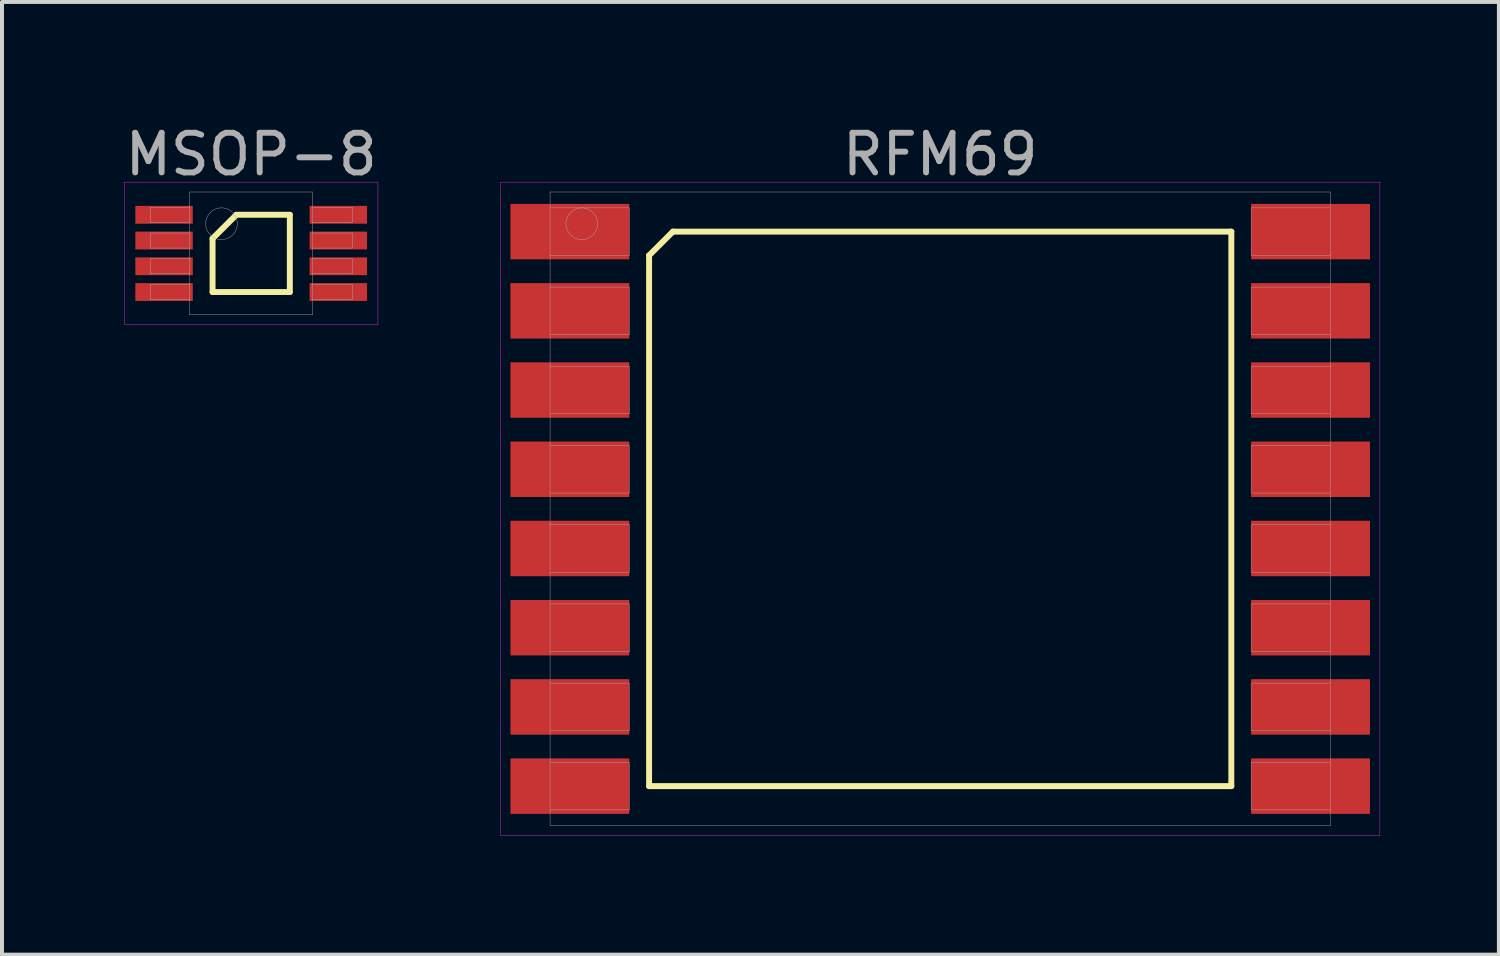
<source format=kicad_pcb>
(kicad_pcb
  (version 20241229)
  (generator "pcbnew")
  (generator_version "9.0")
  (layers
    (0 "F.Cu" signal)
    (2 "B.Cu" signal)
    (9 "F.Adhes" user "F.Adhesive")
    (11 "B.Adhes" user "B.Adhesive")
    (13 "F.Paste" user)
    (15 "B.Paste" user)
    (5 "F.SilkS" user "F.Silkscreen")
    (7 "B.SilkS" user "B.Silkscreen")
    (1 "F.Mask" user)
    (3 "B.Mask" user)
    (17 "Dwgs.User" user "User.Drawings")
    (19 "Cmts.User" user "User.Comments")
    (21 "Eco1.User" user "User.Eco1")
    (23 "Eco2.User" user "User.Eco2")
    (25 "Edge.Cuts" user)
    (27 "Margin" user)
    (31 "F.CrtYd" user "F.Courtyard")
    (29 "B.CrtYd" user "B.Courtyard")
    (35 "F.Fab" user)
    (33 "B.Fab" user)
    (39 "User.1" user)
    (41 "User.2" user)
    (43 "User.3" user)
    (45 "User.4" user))
  (footprint "MSOP-8"
    (layer "F.Cu")
    (at 3.292 3.348)
    (property "Reference" "MSOP-8" (at 0 -2.5 0) (layer "F.Fab") (effects (font (size 1 1) (thickness 0.15))))
    (attr through_hole)
    (fp_line (start -0.975 -0.375) (end -0.375 -0.975) (stroke (width 0.15) (type solid)) (layer "F.SilkS"))
    (fp_line (start -0.975 0.975) (end -0.975 -0.375) (stroke (width 0.15) (type solid)) (layer "F.SilkS"))
    (fp_line (start -0.375 -0.975) (end 0.975 -0.975) (stroke (width 0.15) (type solid)) (layer "F.SilkS"))
    (fp_line (start 0.975 -0.975) (end 0.975 0.975) (stroke (width 0.15) (type solid)) (layer "F.SilkS"))
    (fp_line (start 0.975 0.975) (end -0.975 0.975) (stroke (width 0.15) (type solid)) (layer "F.SilkS"))
    (fp_line (start -3.2 -1.8) (end 3.2 -1.8) (stroke (width 0.01) (type solid)) (layer "F.CrtYd"))
    (fp_line (start -3.2 1.8) (end -3.2 -1.8) (stroke (width 0.01) (type solid)) (layer "F.CrtYd"))
    (fp_line (start 3.2 -1.8) (end 3.2 1.8) (stroke (width 0.01) (type solid)) (layer "F.CrtYd"))
    (fp_line (start 3.2 1.8) (end -3.2 1.8) (stroke (width 0.01) (type solid)) (layer "F.CrtYd"))
    (fp_line (start -2.55 -1.165) (end -1.55 -1.165) (stroke (width 0.01) (type solid)) (layer "F.Fab"))
    (fp_line (start -2.55 -0.785) (end -2.55 -1.165) (stroke (width 0.01) (type solid)) (layer "F.Fab"))
    (fp_line (start -2.55 -0.515) (end -1.55 -0.515) (stroke (width 0.01) (type solid)) (layer "F.Fab"))
    (fp_line (start -2.55 -0.135) (end -2.55 -0.515) (stroke (width 0.01) (type solid)) (layer "F.Fab"))
    (fp_line (start -2.55 0.135) (end -1.55 0.135) (stroke (width 0.01) (type solid)) (layer "F.Fab"))
    (fp_line (start -2.55 0.515) (end -2.55 0.135) (stroke (width 0.01) (type solid)) (layer "F.Fab"))
    (fp_line (start -2.55 0.785) (end -1.55 0.785) (stroke (width 0.01) (type solid)) (layer "F.Fab"))
    (fp_line (start -2.55 1.165) (end -2.55 0.785) (stroke (width 0.01) (type solid)) (layer "F.Fab"))
    (fp_line (start -1.55 -1.55) (end 1.55 -1.55) (stroke (width 0.01) (type solid)) (layer "F.Fab"))
    (fp_line (start -1.55 -0.785) (end -2.55 -0.785) (stroke (width 0.01) (type solid)) (layer "F.Fab"))
    (fp_line (start -1.55 -0.135) (end -2.55 -0.135) (stroke (width 0.01) (type solid)) (layer "F.Fab"))
    (fp_line (start -1.55 0.515) (end -2.55 0.515) (stroke (width 0.01) (type solid)) (layer "F.Fab"))
    (fp_line (start -1.55 1.165) (end -2.55 1.165) (stroke (width 0.01) (type solid)) (layer "F.Fab"))
    (fp_line (start -1.55 1.55) (end -1.55 -1.55) (stroke (width 0.01) (type solid)) (layer "F.Fab"))
    (fp_line (start 1.55 -1.55) (end 1.55 1.55) (stroke (width 0.01) (type solid)) (layer "F.Fab"))
    (fp_line (start 1.55 -1.165) (end 2.55 -1.165) (stroke (width 0.01) (type solid)) (layer "F.Fab"))
    (fp_line (start 1.55 -0.515) (end 2.55 -0.515) (stroke (width 0.01) (type solid)) (layer "F.Fab"))
    (fp_line (start 1.55 0.135) (end 2.55 0.135) (stroke (width 0.01) (type solid)) (layer "F.Fab"))
    (fp_line (start 1.55 0.785) (end 2.55 0.785) (stroke (width 0.01) (type solid)) (layer "F.Fab"))
    (fp_line (start 1.55 1.55) (end -1.55 1.55) (stroke (width 0.01) (type solid)) (layer "F.Fab"))
    (fp_line (start 2.55 -1.165) (end 2.55 -0.785) (stroke (width 0.01) (type solid)) (layer "F.Fab"))
    (fp_line (start 2.55 -0.785) (end 1.55 -0.785) (stroke (width 0.01) (type solid)) (layer "F.Fab"))
    (fp_line (start 2.55 -0.515) (end 2.55 -0.135) (stroke (width 0.01) (type solid)) (layer "F.Fab"))
    (fp_line (start 2.55 -0.135) (end 1.55 -0.135) (stroke (width 0.01) (type solid)) (layer "F.Fab"))
    (fp_line (start 2.55 0.135) (end 2.55 0.515) (stroke (width 0.01) (type solid)) (layer "F.Fab"))
    (fp_line (start 2.55 0.515) (end 1.55 0.515) (stroke (width 0.01) (type solid)) (layer "F.Fab"))
    (fp_line (start 2.55 0.785) (end 2.55 1.165) (stroke (width 0.01) (type solid)) (layer "F.Fab"))
    (fp_line (start 2.55 1.165) (end 1.55 1.165) (stroke (width 0.01) (type solid)) (layer "F.Fab"))
    (fp_circle (center -0.75 -0.75) (end -0.75 -0.35) (stroke (width 0.01) (type solid)) (fill no) (layer "F.Fab"))
    (pad "1" smd rect (at -2.2 -0.975) (size 1.45 0.45) (layers "F.Cu" "F.Mask" "F.Paste"))
    (pad "2" smd rect (at -2.2 -0.325) (size 1.45 0.45) (layers "F.Cu" "F.Mask" "F.Paste"))
    (pad "3" smd rect (at -2.2 0.325) (size 1.45 0.45) (layers "F.Cu" "F.Mask" "F.Paste"))
    (pad "4" smd rect (at -2.2 0.975) (size 1.45 0.45) (layers "F.Cu" "F.Mask" "F.Paste"))
    (pad "5" smd rect (at 2.2 0.975) (size 1.45 0.45) (layers "F.Cu" "F.Mask" "F.Paste"))
    (pad "6" smd rect (at 2.2 0.325) (size 1.45 0.45) (layers "F.Cu" "F.Mask" "F.Paste"))
    (pad "7" smd rect (at 2.2 -0.325) (size 1.45 0.45) (layers "F.Cu" "F.Mask" "F.Paste"))
    (pad "8" smd rect (at 2.2 -0.975) (size 1.45 0.45) (layers "F.Cu" "F.Mask" "F.Paste")))
  (footprint "RFM69"
    (layer "F.Cu")
    (at 20.688 9.798)
    (property "Reference" "RFM69" (at 0 -8.95 0) (layer "F.Fab") (effects (font (size 1 1) (thickness 0.15))))
    (attr through_hole)
    (fp_line (start -7.35 -6.4) (end -6.75 -7) (stroke (width 0.15) (type solid)) (layer "F.SilkS"))
    (fp_line (start -7.35 7) (end -7.35 -6.4) (stroke (width 0.15) (type solid)) (layer "F.SilkS"))
    (fp_line (start -6.75 -7) (end 7.35 -7) (stroke (width 0.15) (type solid)) (layer "F.SilkS"))
    (fp_line (start 7.35 -7) (end 7.35 7) (stroke (width 0.15) (type solid)) (layer "F.SilkS"))
    (fp_line (start 7.35 7) (end -7.35 7) (stroke (width 0.15) (type solid)) (layer "F.SilkS"))
    (fp_line (start -11.1 -8.25) (end 11.1 -8.25) (stroke (width 0.01) (type solid)) (layer "F.CrtYd"))
    (fp_line (start -11.1 8.25) (end -11.1 -8.25) (stroke (width 0.01) (type solid)) (layer "F.CrtYd"))
    (fp_line (start 11.1 -8.25) (end 11.1 8.25) (stroke (width 0.01) (type solid)) (layer "F.CrtYd"))
    (fp_line (start 11.1 8.25) (end -11.1 8.25) (stroke (width 0.01) (type solid)) (layer "F.CrtYd"))
    (fp_line (start -9.85 -8) (end 9.85 -8) (stroke (width 0.01) (type solid)) (layer "F.Fab"))
    (fp_line (start -9.85 -6.4) (end -7.85 -6.4) (stroke (width 0.01) (type solid)) (layer "F.Fab"))
    (fp_line (start -9.85 -4.4) (end -7.85 -4.4) (stroke (width 0.01) (type solid)) (layer "F.Fab"))
    (fp_line (start -9.85 -2.4) (end -7.85 -2.4) (stroke (width 0.01) (type solid)) (layer "F.Fab"))
    (fp_line (start -9.85 -0.4) (end -7.85 -0.4) (stroke (width 0.01) (type solid)) (layer "F.Fab"))
    (fp_line (start -9.85 1.6) (end -7.85 1.6) (stroke (width 0.01) (type solid)) (layer "F.Fab"))
    (fp_line (start -9.85 3.6) (end -7.85 3.6) (stroke (width 0.01) (type solid)) (layer "F.Fab"))
    (fp_line (start -9.85 5.6) (end -7.85 5.6) (stroke (width 0.01) (type solid)) (layer "F.Fab"))
    (fp_line (start -9.85 7.6) (end -7.85 7.6) (stroke (width 0.01) (type solid)) (layer "F.Fab"))
    (fp_line (start -9.85 8) (end -9.85 -8) (stroke (width 0.01) (type solid)) (layer "F.Fab"))
    (fp_line (start -7.85 -7.6) (end -9.85 -7.6) (stroke (width 0.01) (type solid)) (layer "F.Fab"))
    (fp_line (start -7.85 -6.4) (end -7.85 -7.6) (stroke (width 0.01) (type solid)) (layer "F.Fab"))
    (fp_line (start -7.85 -5.6) (end -9.85 -5.6) (stroke (width 0.01) (type solid)) (layer "F.Fab"))
    (fp_line (start -7.85 -4.4) (end -7.85 -5.6) (stroke (width 0.01) (type solid)) (layer "F.Fab"))
    (fp_line (start -7.85 -3.6) (end -9.85 -3.6) (stroke (width 0.01) (type solid)) (layer "F.Fab"))
    (fp_line (start -7.85 -2.4) (end -7.85 -3.6) (stroke (width 0.01) (type solid)) (layer "F.Fab"))
    (fp_line (start -7.85 -1.6) (end -9.85 -1.6) (stroke (width 0.01) (type solid)) (layer "F.Fab"))
    (fp_line (start -7.85 -0.4) (end -7.85 -1.6) (stroke (width 0.01) (type solid)) (layer "F.Fab"))
    (fp_line (start -7.85 0.4) (end -9.85 0.4) (stroke (width 0.01) (type solid)) (layer "F.Fab"))
    (fp_line (start -7.85 1.6) (end -7.85 0.4) (stroke (width 0.01) (type solid)) (layer "F.Fab"))
    (fp_line (start -7.85 2.4) (end -9.85 2.4) (stroke (width 0.01) (type solid)) (layer "F.Fab"))
    (fp_line (start -7.85 3.6) (end -7.85 2.4) (stroke (width 0.01) (type solid)) (layer "F.Fab"))
    (fp_line (start -7.85 4.4) (end -9.85 4.4) (stroke (width 0.01) (type solid)) (layer "F.Fab"))
    (fp_line (start -7.85 5.6) (end -7.85 4.4) (stroke (width 0.01) (type solid)) (layer "F.Fab"))
    (fp_line (start -7.85 6.4) (end -9.85 6.4) (stroke (width 0.01) (type solid)) (layer "F.Fab"))
    (fp_line (start -7.85 7.6) (end -7.85 6.4) (stroke (width 0.01) (type solid)) (layer "F.Fab"))
    (fp_line (start 7.85 -7.6) (end 7.85 -6.4) (stroke (width 0.01) (type solid)) (layer "F.Fab"))
    (fp_line (start 7.85 -6.4) (end 9.85 -6.4) (stroke (width 0.01) (type solid)) (layer "F.Fab"))
    (fp_line (start 7.85 -5.6) (end 7.85 -4.4) (stroke (width 0.01) (type solid)) (layer "F.Fab"))
    (fp_line (start 7.85 -4.4) (end 9.85 -4.4) (stroke (width 0.01) (type solid)) (layer "F.Fab"))
    (fp_line (start 7.85 -3.6) (end 7.85 -2.4) (stroke (width 0.01) (type solid)) (layer "F.Fab"))
    (fp_line (start 7.85 -2.4) (end 9.85 -2.4) (stroke (width 0.01) (type solid)) (layer "F.Fab"))
    (fp_line (start 7.85 -1.6) (end 7.85 -0.4) (stroke (width 0.01) (type solid)) (layer "F.Fab"))
    (fp_line (start 7.85 -0.4) (end 9.85 -0.4) (stroke (width 0.01) (type solid)) (layer "F.Fab"))
    (fp_line (start 7.85 0.4) (end 7.85 1.6) (stroke (width 0.01) (type solid)) (layer "F.Fab"))
    (fp_line (start 7.85 1.6) (end 9.85 1.6) (stroke (width 0.01) (type solid)) (layer "F.Fab"))
    (fp_line (start 7.85 2.4) (end 7.85 3.6) (stroke (width 0.01) (type solid)) (layer "F.Fab"))
    (fp_line (start 7.85 3.6) (end 9.85 3.6) (stroke (width 0.01) (type solid)) (layer "F.Fab"))
    (fp_line (start 7.85 4.4) (end 7.85 5.6) (stroke (width 0.01) (type solid)) (layer "F.Fab"))
    (fp_line (start 7.85 5.6) (end 9.85 5.6) (stroke (width 0.01) (type solid)) (layer "F.Fab"))
    (fp_line (start 7.85 6.4) (end 7.85 7.6) (stroke (width 0.01) (type solid)) (layer "F.Fab"))
    (fp_line (start 7.85 7.6) (end 9.85 7.6) (stroke (width 0.01) (type solid)) (layer "F.Fab"))
    (fp_line (start 9.85 -8) (end 9.85 8) (stroke (width 0.01) (type solid)) (layer "F.Fab"))
    (fp_line (start 9.85 -7.6) (end 7.85 -7.6) (stroke (width 0.01) (type solid)) (layer "F.Fab"))
    (fp_line (start 9.85 -5.6) (end 7.85 -5.6) (stroke (width 0.01) (type solid)) (layer "F.Fab"))
    (fp_line (start 9.85 -3.6) (end 7.85 -3.6) (stroke (width 0.01) (type solid)) (layer "F.Fab"))
    (fp_line (start 9.85 -1.6) (end 7.85 -1.6) (stroke (width 0.01) (type solid)) (layer "F.Fab"))
    (fp_line (start 9.85 0.4) (end 7.85 0.4) (stroke (width 0.01) (type solid)) (layer "F.Fab"))
    (fp_line (start 9.85 2.4) (end 7.85 2.4) (stroke (width 0.01) (type solid)) (layer "F.Fab"))
    (fp_line (start 9.85 4.4) (end 7.85 4.4) (stroke (width 0.01) (type solid)) (layer "F.Fab"))
    (fp_line (start 9.85 6.4) (end 7.85 6.4) (stroke (width 0.01) (type solid)) (layer "F.Fab"))
    (fp_line (start 9.85 8) (end -9.85 8) (stroke (width 0.01) (type solid)) (layer "F.Fab"))
    (fp_circle (center -9.05 -7.2) (end -9.05 -6.8) (stroke (width 0.01) (type solid)) (fill no) (layer "F.Fab"))
    (pad "1" smd rect (at -9.35 -7) (size 3 1.4) (layers "F.Cu" "F.Mask" "F.Paste"))
    (pad "2" smd rect (at -9.35 -5) (size 3 1.4) (layers "F.Cu" "F.Mask" "F.Paste"))
    (pad "3" smd rect (at -9.35 -3) (size 3 1.4) (layers "F.Cu" "F.Mask" "F.Paste"))
    (pad "4" smd rect (at -9.35 -1) (size 3 1.4) (layers "F.Cu" "F.Mask" "F.Paste"))
    (pad "5" smd rect (at -9.35 1) (size 3 1.4) (layers "F.Cu" "F.Mask" "F.Paste"))
    (pad "6" smd rect (at -9.35 3) (size 3 1.4) (layers "F.Cu" "F.Mask" "F.Paste"))
    (pad "7" smd rect (at -9.35 5) (size 3 1.4) (layers "F.Cu" "F.Mask" "F.Paste"))
    (pad "8" smd rect (at -9.35 7) (size 3 1.4) (layers "F.Cu" "F.Mask" "F.Paste"))
    (pad "9" smd rect (at 9.35 7) (size 3 1.4) (layers "F.Cu" "F.Mask" "F.Paste"))
    (pad "10" smd rect (at 9.35 5) (size 3 1.4) (layers "F.Cu" "F.Mask" "F.Paste"))
    (pad "11" smd rect (at 9.35 3) (size 3 1.4) (layers "F.Cu" "F.Mask" "F.Paste"))
    (pad "12" smd rect (at 9.35 1) (size 3 1.4) (layers "F.Cu" "F.Mask" "F.Paste"))
    (pad "13" smd rect (at 9.35 -1) (size 3 1.4) (layers "F.Cu" "F.Mask" "F.Paste"))
    (pad "14" smd rect (at 9.35 -3) (size 3 1.4) (layers "F.Cu" "F.Mask" "F.Paste"))
    (pad "15" smd rect (at 9.35 -5) (size 3 1.4) (layers "F.Cu" "F.Mask" "F.Paste"))
    (pad "16" smd rect (at 9.35 -7) (size 3 1.4) (layers "F.Cu" "F.Mask" "F.Paste")))
  (gr_rect
    (start -3 -3)
    (end 34.793 21.053)
    (stroke (width 0.1) (type default))
    (fill no)
    (layer "Edge.Cuts")))
</source>
